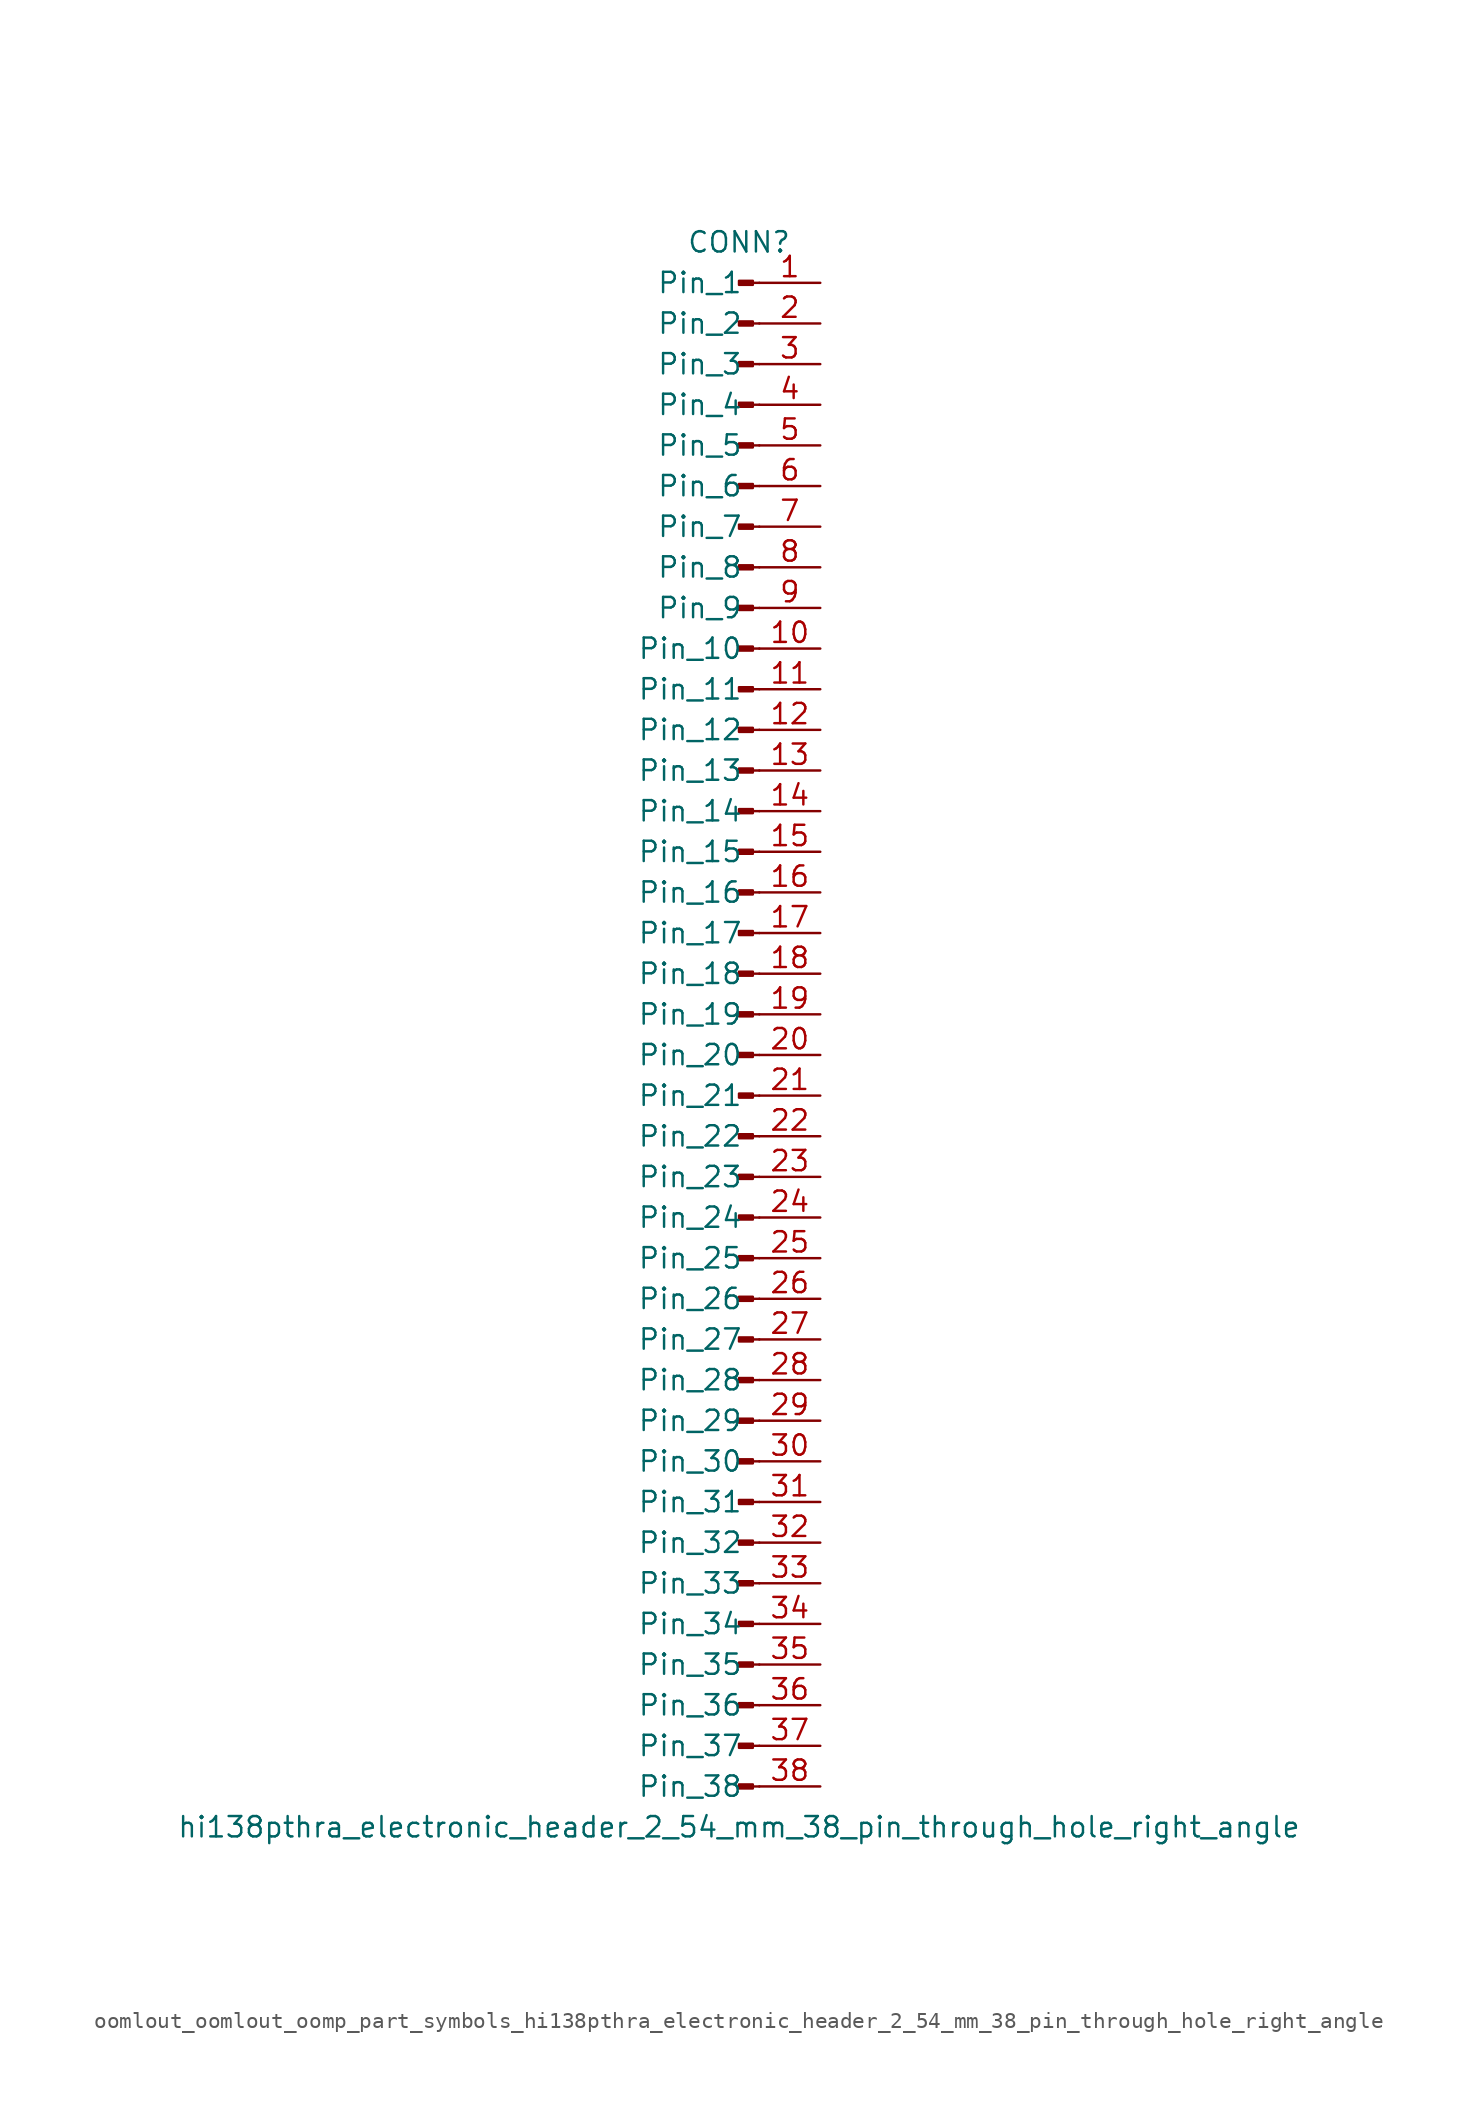
<source format=kicad_sym>
(kicad_symbol_lib
  (version 20220914)
  (generator kicad_symbol_editor)
  (symbol "oomlout_oomlout_oomp_part_symbols_hi138pthra_electronic_header_2_54_mm_38_pin_through_hole_right_angle"
    (pin_names
      (offset 1.016))
    (property "Reference" "CONN"
      (at 0 48.26 0)
      (effects (font (size 1.27 1.27))))
    (property "Value" "hi138pthra_electronic_header_2_54_mm_38_pin_through_hole_right_angle"
      (at 0 -50.8 0)
      (effects (font (size 1.27 1.27))))
    (property "ki_locked" ""
      (at 0 0 0)
      (effects (font (size 1.27 1.27))))
    (symbol "oomlout_oomlout_oomp_part_symbols_hi138pthra_electronic_header_2_54_mm_38_pin_through_hole_right_angle_1_1"
      (polyline (pts (xy 1.27 -48.26) (xy 0.864 -48.26)) (stroke (width 0.152) (type default)) (fill (type none)))
      (polyline (pts (xy 1.27 -45.72) (xy 0.864 -45.72)) (stroke (width 0.152) (type default)) (fill (type none)))
      (polyline (pts (xy 1.27 -43.18) (xy 0.864 -43.18)) (stroke (width 0.152) (type default)) (fill (type none)))
      (polyline (pts (xy 1.27 -40.64) (xy 0.864 -40.64)) (stroke (width 0.152) (type default)) (fill (type none)))
      (polyline (pts (xy 1.27 -38.1) (xy 0.864 -38.1)) (stroke (width 0.152) (type default)) (fill (type none)))
      (polyline (pts (xy 1.27 -35.56) (xy 0.864 -35.56)) (stroke (width 0.152) (type default)) (fill (type none)))
      (polyline (pts (xy 1.27 -33.02) (xy 0.864 -33.02)) (stroke (width 0.152) (type default)) (fill (type none)))
      (polyline (pts (xy 1.27 -30.48) (xy 0.864 -30.48)) (stroke (width 0.152) (type default)) (fill (type none)))
      (polyline (pts (xy 1.27 -27.94) (xy 0.864 -27.94)) (stroke (width 0.152) (type default)) (fill (type none)))
      (polyline (pts (xy 1.27 -25.4) (xy 0.864 -25.4)) (stroke (width 0.152) (type default)) (fill (type none)))
      (polyline (pts (xy 1.27 -22.86) (xy 0.864 -22.86)) (stroke (width 0.152) (type default)) (fill (type none)))
      (polyline (pts (xy 1.27 -20.32) (xy 0.864 -20.32)) (stroke (width 0.152) (type default)) (fill (type none)))
      (polyline (pts (xy 1.27 -17.78) (xy 0.864 -17.78)) (stroke (width 0.152) (type default)) (fill (type none)))
      (polyline (pts (xy 1.27 -15.24) (xy 0.864 -15.24)) (stroke (width 0.152) (type default)) (fill (type none)))
      (polyline (pts (xy 1.27 -12.7) (xy 0.864 -12.7)) (stroke (width 0.152) (type default)) (fill (type none)))
      (polyline (pts (xy 1.27 -10.16) (xy 0.864 -10.16)) (stroke (width 0.152) (type default)) (fill (type none)))
      (polyline (pts (xy 1.27 -7.62) (xy 0.864 -7.62)) (stroke (width 0.152) (type default)) (fill (type none)))
      (polyline (pts (xy 1.27 -5.08) (xy 0.864 -5.08)) (stroke (width 0.152) (type default)) (fill (type none)))
      (polyline (pts (xy 1.27 -2.54) (xy 0.864 -2.54)) (stroke (width 0.152) (type default)) (fill (type none)))
      (polyline (pts (xy 1.27 0) (xy 0.864 0)) (stroke (width 0.152) (type default)) (fill (type none)))
      (polyline (pts (xy 1.27 2.54) (xy 0.864 2.54)) (stroke (width 0.152) (type default)) (fill (type none)))
      (polyline (pts (xy 1.27 5.08) (xy 0.864 5.08)) (stroke (width 0.152) (type default)) (fill (type none)))
      (polyline (pts (xy 1.27 7.62) (xy 0.864 7.62)) (stroke (width 0.152) (type default)) (fill (type none)))
      (polyline (pts (xy 1.27 10.16) (xy 0.864 10.16)) (stroke (width 0.152) (type default)) (fill (type none)))
      (polyline (pts (xy 1.27 12.7) (xy 0.864 12.7)) (stroke (width 0.152) (type default)) (fill (type none)))
      (polyline (pts (xy 1.27 15.24) (xy 0.864 15.24)) (stroke (width 0.152) (type default)) (fill (type none)))
      (polyline (pts (xy 1.27 17.78) (xy 0.864 17.78)) (stroke (width 0.152) (type default)) (fill (type none)))
      (polyline (pts (xy 1.27 20.32) (xy 0.864 20.32)) (stroke (width 0.152) (type default)) (fill (type none)))
      (polyline (pts (xy 1.27 22.86) (xy 0.864 22.86)) (stroke (width 0.152) (type default)) (fill (type none)))
      (polyline (pts (xy 1.27 25.4) (xy 0.864 25.4)) (stroke (width 0.152) (type default)) (fill (type none)))
      (polyline (pts (xy 1.27 27.94) (xy 0.864 27.94)) (stroke (width 0.152) (type default)) (fill (type none)))
      (polyline (pts (xy 1.27 30.48) (xy 0.864 30.48)) (stroke (width 0.152) (type default)) (fill (type none)))
      (polyline (pts (xy 1.27 33.02) (xy 0.864 33.02)) (stroke (width 0.152) (type default)) (fill (type none)))
      (polyline (pts (xy 1.27 35.56) (xy 0.864 35.56)) (stroke (width 0.152) (type default)) (fill (type none)))
      (polyline (pts (xy 1.27 38.1) (xy 0.864 38.1)) (stroke (width 0.152) (type default)) (fill (type none)))
      (polyline (pts (xy 1.27 40.64) (xy 0.864 40.64)) (stroke (width 0.152) (type default)) (fill (type none)))
      (polyline (pts (xy 1.27 43.18) (xy 0.864 43.18)) (stroke (width 0.152) (type default)) (fill (type none)))
      (polyline (pts (xy 1.27 45.72) (xy 0.864 45.72)) (stroke (width 0.152) (type default)) (fill (type none)))
      (rectangle (start 0.864 -48.133) (end 0 -48.387) (stroke (width 0.152) (type default)) (fill (type outline)))
      (rectangle (start 0.864 -45.593) (end 0 -45.847) (stroke (width 0.152) (type default)) (fill (type outline)))
      (rectangle (start 0.864 -43.053) (end 0 -43.307) (stroke (width 0.152) (type default)) (fill (type outline)))
      (rectangle (start 0.864 -40.513) (end 0 -40.767) (stroke (width 0.152) (type default)) (fill (type outline)))
      (rectangle (start 0.864 -37.973) (end 0 -38.227) (stroke (width 0.152) (type default)) (fill (type outline)))
      (rectangle (start 0.864 -35.433) (end 0 -35.687) (stroke (width 0.152) (type default)) (fill (type outline)))
      (rectangle (start 0.864 -32.893) (end 0 -33.147) (stroke (width 0.152) (type default)) (fill (type outline)))
      (rectangle (start 0.864 -30.353) (end 0 -30.607) (stroke (width 0.152) (type default)) (fill (type outline)))
      (rectangle (start 0.864 -27.813) (end 0 -28.067) (stroke (width 0.152) (type default)) (fill (type outline)))
      (rectangle (start 0.864 -25.273) (end 0 -25.527) (stroke (width 0.152) (type default)) (fill (type outline)))
      (rectangle (start 0.864 -22.733) (end 0 -22.987) (stroke (width 0.152) (type default)) (fill (type outline)))
      (rectangle (start 0.864 -20.193) (end 0 -20.447) (stroke (width 0.152) (type default)) (fill (type outline)))
      (rectangle (start 0.864 -17.653) (end 0 -17.907) (stroke (width 0.152) (type default)) (fill (type outline)))
      (rectangle (start 0.864 -15.113) (end 0 -15.367) (stroke (width 0.152) (type default)) (fill (type outline)))
      (rectangle (start 0.864 -12.573) (end 0 -12.827) (stroke (width 0.152) (type default)) (fill (type outline)))
      (rectangle (start 0.864 -10.033) (end 0 -10.287) (stroke (width 0.152) (type default)) (fill (type outline)))
      (rectangle (start 0.864 -7.493) (end 0 -7.747) (stroke (width 0.152) (type default)) (fill (type outline)))
      (rectangle (start 0.864 -4.953) (end 0 -5.207) (stroke (width 0.152) (type default)) (fill (type outline)))
      (rectangle (start 0.864 -2.413) (end 0 -2.667) (stroke (width 0.152) (type default)) (fill (type outline)))
      (rectangle (start 0.864 0.127) (end 0 -0.127) (stroke (width 0.152) (type default)) (fill (type outline)))
      (rectangle (start 0.864 2.667) (end 0 2.413) (stroke (width 0.152) (type default)) (fill (type outline)))
      (rectangle (start 0.864 5.207) (end 0 4.953) (stroke (width 0.152) (type default)) (fill (type outline)))
      (rectangle (start 0.864 7.747) (end 0 7.493) (stroke (width 0.152) (type default)) (fill (type outline)))
      (rectangle (start 0.864 10.287) (end 0 10.033) (stroke (width 0.152) (type default)) (fill (type outline)))
      (rectangle (start 0.864 12.827) (end 0 12.573) (stroke (width 0.152) (type default)) (fill (type outline)))
      (rectangle (start 0.864 15.367) (end 0 15.113) (stroke (width 0.152) (type default)) (fill (type outline)))
      (rectangle (start 0.864 17.907) (end 0 17.653) (stroke (width 0.152) (type default)) (fill (type outline)))
      (rectangle (start 0.864 20.447) (end 0 20.193) (stroke (width 0.152) (type default)) (fill (type outline)))
      (rectangle (start 0.864 22.987) (end 0 22.733) (stroke (width 0.152) (type default)) (fill (type outline)))
      (rectangle (start 0.864 25.527) (end 0 25.273) (stroke (width 0.152) (type default)) (fill (type outline)))
      (rectangle (start 0.864 28.067) (end 0 27.813) (stroke (width 0.152) (type default)) (fill (type outline)))
      (rectangle (start 0.864 30.607) (end 0 30.353) (stroke (width 0.152) (type default)) (fill (type outline)))
      (rectangle (start 0.864 33.147) (end 0 32.893) (stroke (width 0.152) (type default)) (fill (type outline)))
      (rectangle (start 0.864 35.687) (end 0 35.433) (stroke (width 0.152) (type default)) (fill (type outline)))
      (rectangle (start 0.864 38.227) (end 0 37.973) (stroke (width 0.152) (type default)) (fill (type outline)))
      (rectangle (start 0.864 40.767) (end 0 40.513) (stroke (width 0.152) (type default)) (fill (type outline)))
      (rectangle (start 0.864 43.307) (end 0 43.053) (stroke (width 0.152) (type default)) (fill (type outline)))
      (rectangle (start 0.864 45.847) (end 0 45.593) (stroke (width 0.152) (type default)) (fill (type outline)))
      (pin passive line (at 5.08 45.72 180) (length 3.81) (name "Pin_1" (effects (font (size 1.27 1.27)))) (number "1" (effects (font (size 1.27 1.27)))))
      (pin passive line (at 5.08 22.86 180) (length 3.81) (name "Pin_10" (effects (font (size 1.27 1.27)))) (number "10" (effects (font (size 1.27 1.27)))))
      (pin passive line (at 5.08 20.32 180) (length 3.81) (name "Pin_11" (effects (font (size 1.27 1.27)))) (number "11" (effects (font (size 1.27 1.27)))))
      (pin passive line (at 5.08 17.78 180) (length 3.81) (name "Pin_12" (effects (font (size 1.27 1.27)))) (number "12" (effects (font (size 1.27 1.27)))))
      (pin passive line (at 5.08 15.24 180) (length 3.81) (name "Pin_13" (effects (font (size 1.27 1.27)))) (number "13" (effects (font (size 1.27 1.27)))))
      (pin passive line (at 5.08 12.7 180) (length 3.81) (name "Pin_14" (effects (font (size 1.27 1.27)))) (number "14" (effects (font (size 1.27 1.27)))))
      (pin passive line (at 5.08 10.16 180) (length 3.81) (name "Pin_15" (effects (font (size 1.27 1.27)))) (number "15" (effects (font (size 1.27 1.27)))))
      (pin passive line (at 5.08 7.62 180) (length 3.81) (name "Pin_16" (effects (font (size 1.27 1.27)))) (number "16" (effects (font (size 1.27 1.27)))))
      (pin passive line (at 5.08 5.08 180) (length 3.81) (name "Pin_17" (effects (font (size 1.27 1.27)))) (number "17" (effects (font (size 1.27 1.27)))))
      (pin passive line (at 5.08 2.54 180) (length 3.81) (name "Pin_18" (effects (font (size 1.27 1.27)))) (number "18" (effects (font (size 1.27 1.27)))))
      (pin passive line (at 5.08 0 180) (length 3.81) (name "Pin_19" (effects (font (size 1.27 1.27)))) (number "19" (effects (font (size 1.27 1.27)))))
      (pin passive line (at 5.08 43.18 180) (length 3.81) (name "Pin_2" (effects (font (size 1.27 1.27)))) (number "2" (effects (font (size 1.27 1.27)))))
      (pin passive line (at 5.08 -2.54 180) (length 3.81) (name "Pin_20" (effects (font (size 1.27 1.27)))) (number "20" (effects (font (size 1.27 1.27)))))
      (pin passive line (at 5.08 -5.08 180) (length 3.81) (name "Pin_21" (effects (font (size 1.27 1.27)))) (number "21" (effects (font (size 1.27 1.27)))))
      (pin passive line (at 5.08 -7.62 180) (length 3.81) (name "Pin_22" (effects (font (size 1.27 1.27)))) (number "22" (effects (font (size 1.27 1.27)))))
      (pin passive line (at 5.08 -10.16 180) (length 3.81) (name "Pin_23" (effects (font (size 1.27 1.27)))) (number "23" (effects (font (size 1.27 1.27)))))
      (pin passive line (at 5.08 -12.7 180) (length 3.81) (name "Pin_24" (effects (font (size 1.27 1.27)))) (number "24" (effects (font (size 1.27 1.27)))))
      (pin passive line (at 5.08 -15.24 180) (length 3.81) (name "Pin_25" (effects (font (size 1.27 1.27)))) (number "25" (effects (font (size 1.27 1.27)))))
      (pin passive line (at 5.08 -17.78 180) (length 3.81) (name "Pin_26" (effects (font (size 1.27 1.27)))) (number "26" (effects (font (size 1.27 1.27)))))
      (pin passive line (at 5.08 -20.32 180) (length 3.81) (name "Pin_27" (effects (font (size 1.27 1.27)))) (number "27" (effects (font (size 1.27 1.27)))))
      (pin passive line (at 5.08 -22.86 180) (length 3.81) (name "Pin_28" (effects (font (size 1.27 1.27)))) (number "28" (effects (font (size 1.27 1.27)))))
      (pin passive line (at 5.08 -25.4 180) (length 3.81) (name "Pin_29" (effects (font (size 1.27 1.27)))) (number "29" (effects (font (size 1.27 1.27)))))
      (pin passive line (at 5.08 40.64 180) (length 3.81) (name "Pin_3" (effects (font (size 1.27 1.27)))) (number "3" (effects (font (size 1.27 1.27)))))
      (pin passive line (at 5.08 -27.94 180) (length 3.81) (name "Pin_30" (effects (font (size 1.27 1.27)))) (number "30" (effects (font (size 1.27 1.27)))))
      (pin passive line (at 5.08 -30.48 180) (length 3.81) (name "Pin_31" (effects (font (size 1.27 1.27)))) (number "31" (effects (font (size 1.27 1.27)))))
      (pin passive line (at 5.08 -33.02 180) (length 3.81) (name "Pin_32" (effects (font (size 1.27 1.27)))) (number "32" (effects (font (size 1.27 1.27)))))
      (pin passive line (at 5.08 -35.56 180) (length 3.81) (name "Pin_33" (effects (font (size 1.27 1.27)))) (number "33" (effects (font (size 1.27 1.27)))))
      (pin passive line (at 5.08 -38.1 180) (length 3.81) (name "Pin_34" (effects (font (size 1.27 1.27)))) (number "34" (effects (font (size 1.27 1.27)))))
      (pin passive line (at 5.08 -40.64 180) (length 3.81) (name "Pin_35" (effects (font (size 1.27 1.27)))) (number "35" (effects (font (size 1.27 1.27)))))
      (pin passive line (at 5.08 -43.18 180) (length 3.81) (name "Pin_36" (effects (font (size 1.27 1.27)))) (number "36" (effects (font (size 1.27 1.27)))))
      (pin passive line (at 5.08 -45.72 180) (length 3.81) (name "Pin_37" (effects (font (size 1.27 1.27)))) (number "37" (effects (font (size 1.27 1.27)))))
      (pin passive line (at 5.08 -48.26 180) (length 3.81) (name "Pin_38" (effects (font (size 1.27 1.27)))) (number "38" (effects (font (size 1.27 1.27)))))
      (pin passive line (at 5.08 38.1 180) (length 3.81) (name "Pin_4" (effects (font (size 1.27 1.27)))) (number "4" (effects (font (size 1.27 1.27)))))
      (pin passive line (at 5.08 35.56 180) (length 3.81) (name "Pin_5" (effects (font (size 1.27 1.27)))) (number "5" (effects (font (size 1.27 1.27)))))
      (pin passive line (at 5.08 33.02 180) (length 3.81) (name "Pin_6" (effects (font (size 1.27 1.27)))) (number "6" (effects (font (size 1.27 1.27)))))
      (pin passive line (at 5.08 30.48 180) (length 3.81) (name "Pin_7" (effects (font (size 1.27 1.27)))) (number "7" (effects (font (size 1.27 1.27)))))
      (pin passive line (at 5.08 27.94 180) (length 3.81) (name "Pin_8" (effects (font (size 1.27 1.27)))) (number "8" (effects (font (size 1.27 1.27)))))
      (pin passive line (at 5.08 25.4 180) (length 3.81) (name "Pin_9" (effects (font (size 1.27 1.27)))) (number "9" (effects (font (size 1.27 1.27))))))))
</source>
